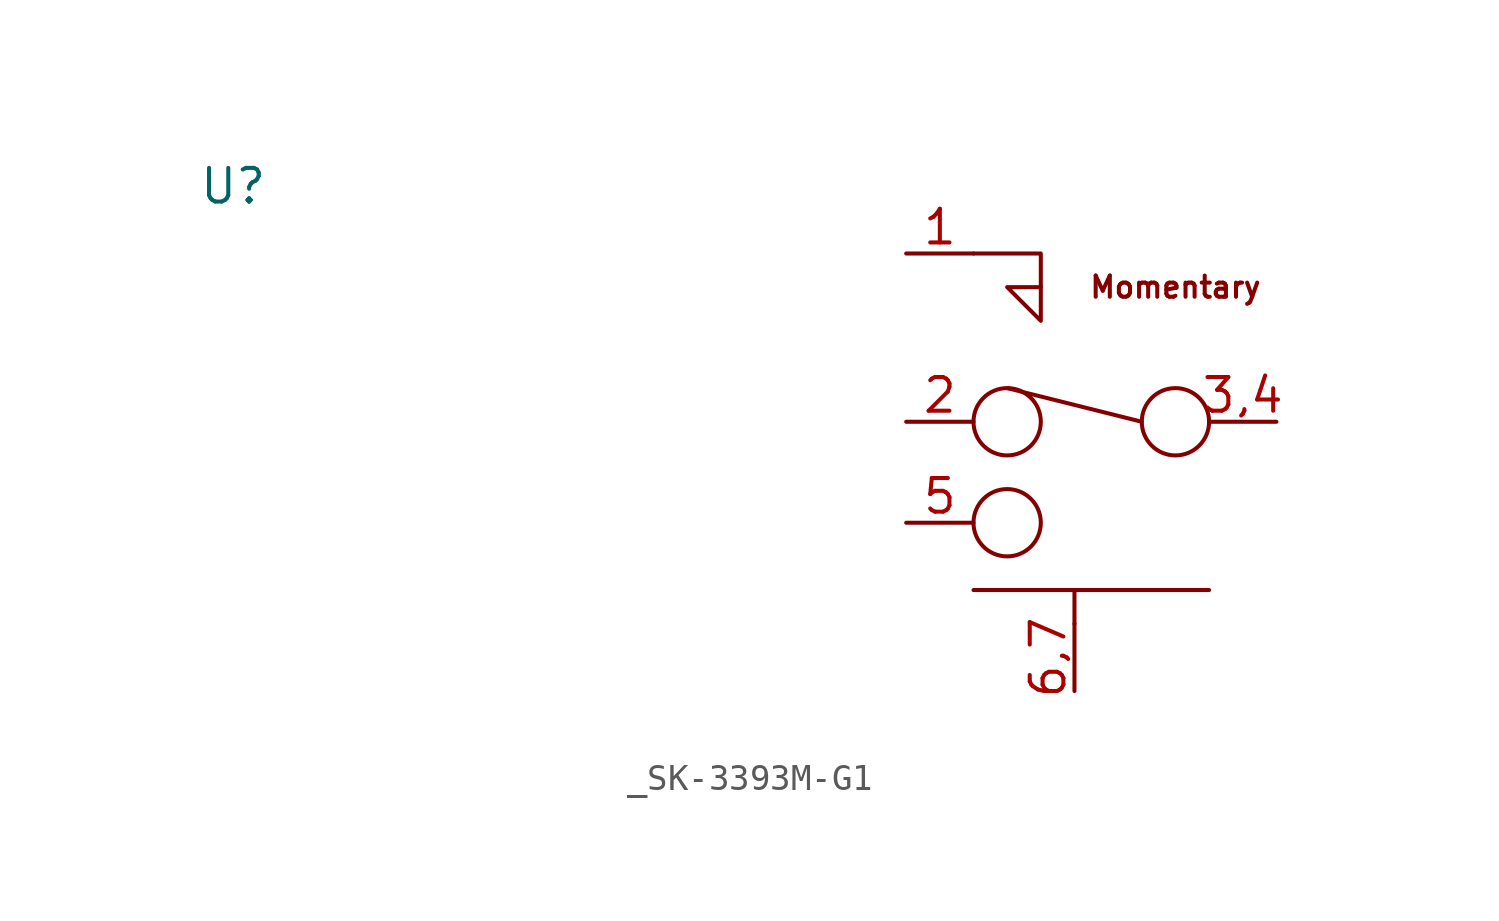
<source format=kicad_sym>
(kicad_symbol_lib
  (version 20220914)
  (generator kicad_symbol_editor)
  (symbol "_SK-3393M-G1"
    (property "Reference" "U"
      (at 0 3.81 0)
      (effects (font (size 1.27 1.27))))
    (property "Value" ""
      (at 0 3.81 0)
      (effects (font (size 1.27 1.27))))
    (symbol "_SK-3393M-G1_1_1"
      (polyline (pts (xy 27.94 -11.43) (xy 36.83 -11.43)) (stroke (width 0) (type default)) (fill (type none)))
      (polyline (pts (xy 31.75 -12.7) (xy 31.75 -11.43)) (stroke (width 0) (type default)) (fill (type none)))
      (polyline (pts (xy 30.48 0) (xy 30.48 1.27) (xy 27.94 1.27)) (stroke (width 0) (type default)) (fill (type none)))
      (polyline (pts (xy 34.29 -5.08) (xy 29.21 -3.81) (xy 29.21 -3.81)) (stroke (width 0) (type default)) (fill (type none)))
      (polyline (pts (xy 30.48 -1.27) (xy 30.48 0) (xy 29.21 0) (xy 30.48 -1.27)) (stroke (width 0) (type default)) (fill (type none)))
      (circle (center 29.21 -8.89) (radius 1.27) (stroke (width 0) (type default)) (fill (type none)))
      (circle (center 29.21 -5.08) (radius 1.27) (stroke (width 0) (type default)) (fill (type none)))
      (circle (center 35.56 -5.08) (radius 1.27) (stroke (width 0) (type default)) (fill (type none)))
      (text "Momentary" (at 35.56 0 0) (effects (font (size 0.8 0.8))))
      (pin input line (at 25.4 1.27 0) (length 2.54) (name "" (effects (font (size 1.27 1.27)))) (number "1" (effects (font (size 1.27 1.27)))))
      (pin input line (at 25.4 -5.08 0) (length 2.54) (name "" (effects (font (size 1.27 1.27)))) (number "2" (effects (font (size 1.27 1.27)))))
      (pin input line (at 39.37 -5.08 180) (length 2.54) (name "" (effects (font (size 1.27 1.27)))) (number "3,4" (effects (font (size 1.27 1.27)))))
      (pin input line (at 25.4 -8.89 0) (length 2.54) (name "" (effects (font (size 1.27 1.27)))) (number "5" (effects (font (size 1.27 1.27)))))
      (pin input line (at 31.75 -15.24 90) (length 2.54) (name "" (effects (font (size 1.27 1.27)))) (number "6,7" (effects (font (size 1.27 1.27))))))))
</source>
